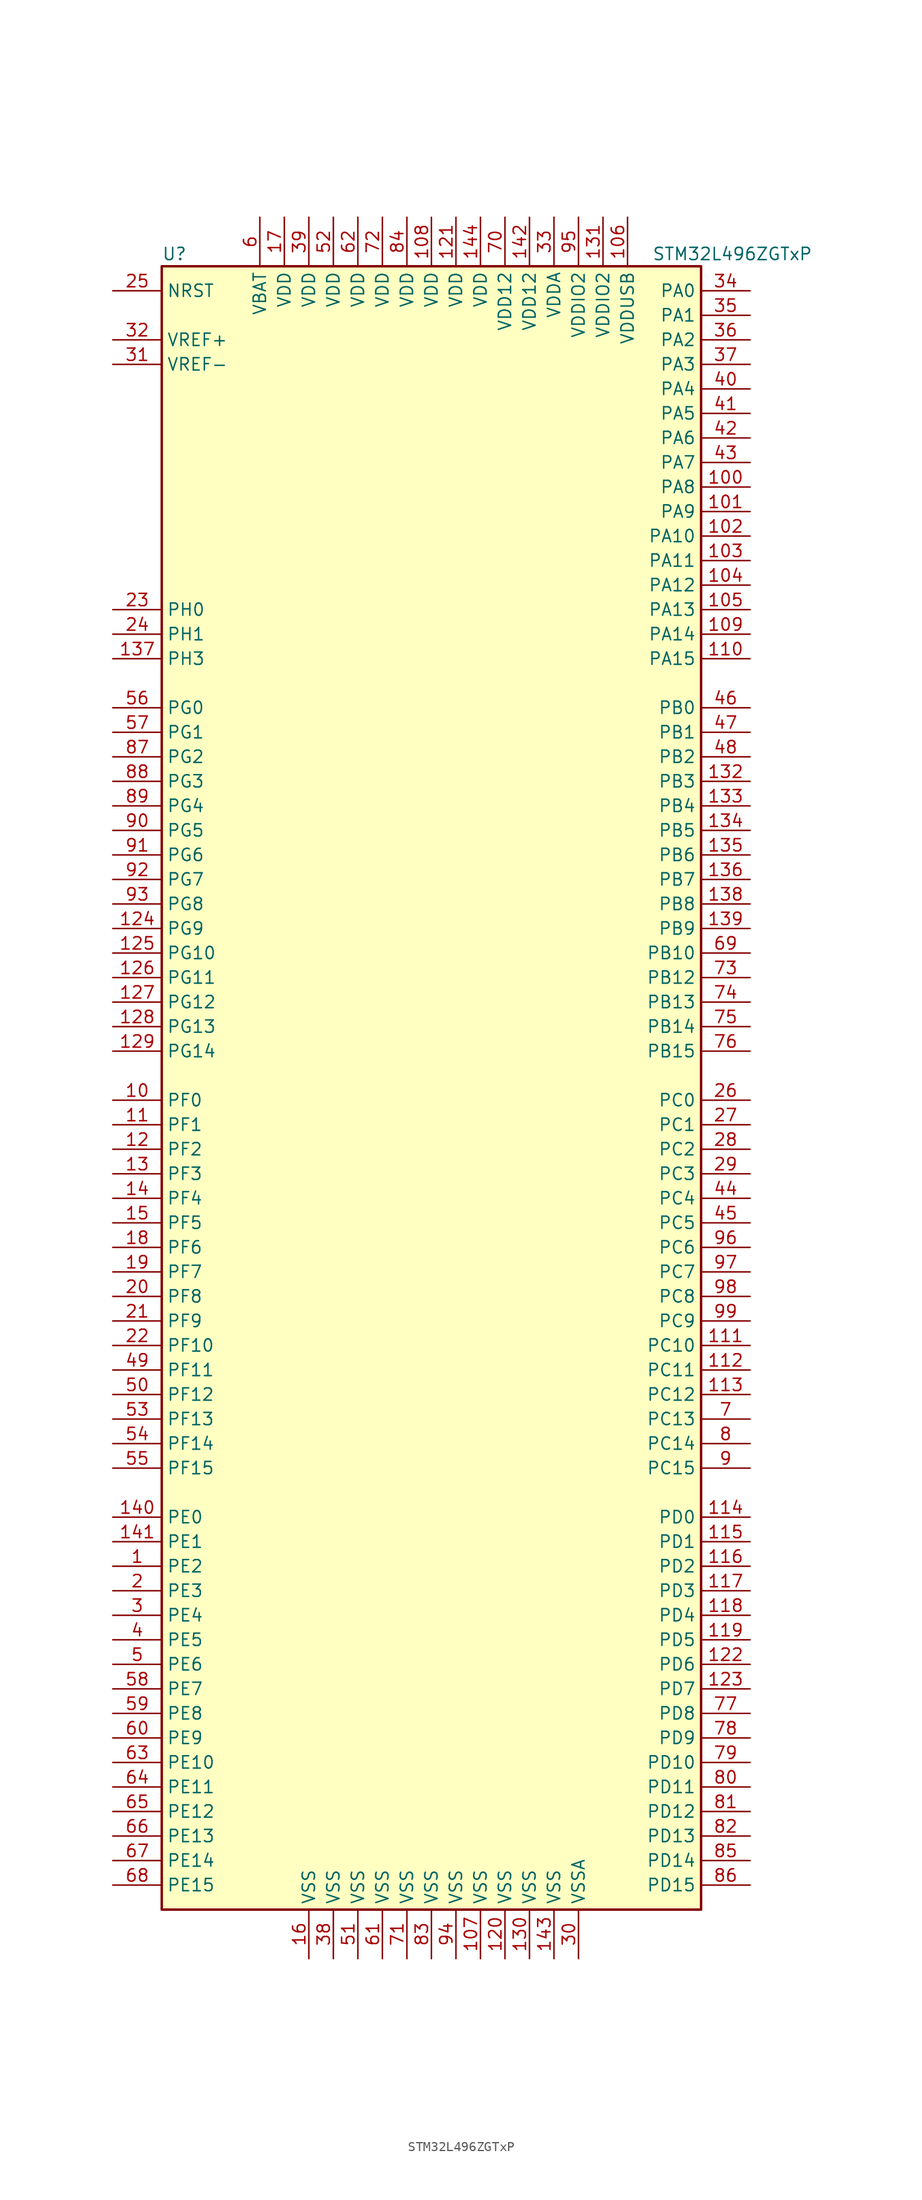
<source format=kicad_sym>
(kicad_symbol_lib
  (version 20201005)
  (generator kicad_symbol_editor)
  (symbol "STM32L496ZGTxP"
    (property "Reference" "U"
      (at -27.94 85.09 0)
      (effects (font (size 1.27 1.27)) (justify left)))
    (property "Value" "STM32L496ZGTxP"
      (at 22.86 85.09 0)
      (effects (font (size 1.27 1.27)) (justify left)))
    (symbol "STM32L496ZGTxP_0_1"
      (rectangle (start -27.94 -86.36) (end 27.94 83.82) (stroke (width 0.254)) (fill (type background))))
    (symbol "STM32L496ZGTxP_1_1"
      (pin bidirectional line (at -33.02 -50.8 0) (length 5.08) (name "PE2" (effects (font (size 1.27 1.27)))) (number "1" (effects (font (size 1.27 1.27)))))
      (pin bidirectional line (at -33.02 -2.54 0) (length 5.08) (name "PF0" (effects (font (size 1.27 1.27)))) (number "10" (effects (font (size 1.27 1.27)))))
      (pin bidirectional line (at 33.02 60.96 180) (length 5.08) (name "PA8" (effects (font (size 1.27 1.27)))) (number "100" (effects (font (size 1.27 1.27)))))
      (pin bidirectional line (at 33.02 58.42 180) (length 5.08) (name "PA9" (effects (font (size 1.27 1.27)))) (number "101" (effects (font (size 1.27 1.27)))))
      (pin bidirectional line (at 33.02 55.88 180) (length 5.08) (name "PA10" (effects (font (size 1.27 1.27)))) (number "102" (effects (font (size 1.27 1.27)))))
      (pin bidirectional line (at 33.02 53.34 180) (length 5.08) (name "PA11" (effects (font (size 1.27 1.27)))) (number "103" (effects (font (size 1.27 1.27)))))
      (pin bidirectional line (at 33.02 50.8 180) (length 5.08) (name "PA12" (effects (font (size 1.27 1.27)))) (number "104" (effects (font (size 1.27 1.27)))))
      (pin bidirectional line (at 33.02 48.26 180) (length 5.08) (name "PA13" (effects (font (size 1.27 1.27)))) (number "105" (effects (font (size 1.27 1.27)))))
      (pin power_in line (at 20.32 88.9 270) (length 5.08) (name "VDDUSB" (effects (font (size 1.27 1.27)))) (number "106" (effects (font (size 1.27 1.27)))))
      (pin power_in line (at 5.08 -91.44 90) (length 5.08) (name "VSS" (effects (font (size 1.27 1.27)))) (number "107" (effects (font (size 1.27 1.27)))))
      (pin power_in line (at 0 88.9 270) (length 5.08) (name "VDD" (effects (font (size 1.27 1.27)))) (number "108" (effects (font (size 1.27 1.27)))))
      (pin bidirectional line (at 33.02 45.72 180) (length 5.08) (name "PA14" (effects (font (size 1.27 1.27)))) (number "109" (effects (font (size 1.27 1.27)))))
      (pin bidirectional line (at -33.02 -5.08 0) (length 5.08) (name "PF1" (effects (font (size 1.27 1.27)))) (number "11" (effects (font (size 1.27 1.27)))))
      (pin bidirectional line (at 33.02 43.18 180) (length 5.08) (name "PA15" (effects (font (size 1.27 1.27)))) (number "110" (effects (font (size 1.27 1.27)))))
      (pin bidirectional line (at 33.02 -27.94 180) (length 5.08) (name "PC10" (effects (font (size 1.27 1.27)))) (number "111" (effects (font (size 1.27 1.27)))))
      (pin bidirectional line (at 33.02 -30.48 180) (length 5.08) (name "PC11" (effects (font (size 1.27 1.27)))) (number "112" (effects (font (size 1.27 1.27)))))
      (pin bidirectional line (at 33.02 -33.02 180) (length 5.08) (name "PC12" (effects (font (size 1.27 1.27)))) (number "113" (effects (font (size 1.27 1.27)))))
      (pin bidirectional line (at 33.02 -45.72 180) (length 5.08) (name "PD0" (effects (font (size 1.27 1.27)))) (number "114" (effects (font (size 1.27 1.27)))))
      (pin bidirectional line (at 33.02 -48.26 180) (length 5.08) (name "PD1" (effects (font (size 1.27 1.27)))) (number "115" (effects (font (size 1.27 1.27)))))
      (pin bidirectional line (at 33.02 -50.8 180) (length 5.08) (name "PD2" (effects (font (size 1.27 1.27)))) (number "116" (effects (font (size 1.27 1.27)))))
      (pin bidirectional line (at 33.02 -53.34 180) (length 5.08) (name "PD3" (effects (font (size 1.27 1.27)))) (number "117" (effects (font (size 1.27 1.27)))))
      (pin bidirectional line (at 33.02 -55.88 180) (length 5.08) (name "PD4" (effects (font (size 1.27 1.27)))) (number "118" (effects (font (size 1.27 1.27)))))
      (pin bidirectional line (at 33.02 -58.42 180) (length 5.08) (name "PD5" (effects (font (size 1.27 1.27)))) (number "119" (effects (font (size 1.27 1.27)))))
      (pin bidirectional line (at -33.02 -7.62 0) (length 5.08) (name "PF2" (effects (font (size 1.27 1.27)))) (number "12" (effects (font (size 1.27 1.27)))))
      (pin power_in line (at 7.62 -91.44 90) (length 5.08) (name "VSS" (effects (font (size 1.27 1.27)))) (number "120" (effects (font (size 1.27 1.27)))))
      (pin power_in line (at 2.54 88.9 270) (length 5.08) (name "VDD" (effects (font (size 1.27 1.27)))) (number "121" (effects (font (size 1.27 1.27)))))
      (pin bidirectional line (at 33.02 -60.96 180) (length 5.08) (name "PD6" (effects (font (size 1.27 1.27)))) (number "122" (effects (font (size 1.27 1.27)))))
      (pin bidirectional line (at 33.02 -63.5 180) (length 5.08) (name "PD7" (effects (font (size 1.27 1.27)))) (number "123" (effects (font (size 1.27 1.27)))))
      (pin bidirectional line (at -33.02 15.24 0) (length 5.08) (name "PG9" (effects (font (size 1.27 1.27)))) (number "124" (effects (font (size 1.27 1.27)))))
      (pin bidirectional line (at -33.02 12.7 0) (length 5.08) (name "PG10" (effects (font (size 1.27 1.27)))) (number "125" (effects (font (size 1.27 1.27)))))
      (pin bidirectional line (at -33.02 10.16 0) (length 5.08) (name "PG11" (effects (font (size 1.27 1.27)))) (number "126" (effects (font (size 1.27 1.27)))))
      (pin bidirectional line (at -33.02 7.62 0) (length 5.08) (name "PG12" (effects (font (size 1.27 1.27)))) (number "127" (effects (font (size 1.27 1.27)))))
      (pin bidirectional line (at -33.02 5.08 0) (length 5.08) (name "PG13" (effects (font (size 1.27 1.27)))) (number "128" (effects (font (size 1.27 1.27)))))
      (pin bidirectional line (at -33.02 2.54 0) (length 5.08) (name "PG14" (effects (font (size 1.27 1.27)))) (number "129" (effects (font (size 1.27 1.27)))))
      (pin bidirectional line (at -33.02 -10.16 0) (length 5.08) (name "PF3" (effects (font (size 1.27 1.27)))) (number "13" (effects (font (size 1.27 1.27)))))
      (pin power_in line (at 10.16 -91.44 90) (length 5.08) (name "VSS" (effects (font (size 1.27 1.27)))) (number "130" (effects (font (size 1.27 1.27)))))
      (pin power_in line (at 17.78 88.9 270) (length 5.08) (name "VDDIO2" (effects (font (size 1.27 1.27)))) (number "131" (effects (font (size 1.27 1.27)))))
      (pin bidirectional line (at 33.02 30.48 180) (length 5.08) (name "PB3" (effects (font (size 1.27 1.27)))) (number "132" (effects (font (size 1.27 1.27)))))
      (pin bidirectional line (at 33.02 27.94 180) (length 5.08) (name "PB4" (effects (font (size 1.27 1.27)))) (number "133" (effects (font (size 1.27 1.27)))))
      (pin bidirectional line (at 33.02 25.4 180) (length 5.08) (name "PB5" (effects (font (size 1.27 1.27)))) (number "134" (effects (font (size 1.27 1.27)))))
      (pin bidirectional line (at 33.02 22.86 180) (length 5.08) (name "PB6" (effects (font (size 1.27 1.27)))) (number "135" (effects (font (size 1.27 1.27)))))
      (pin bidirectional line (at 33.02 20.32 180) (length 5.08) (name "PB7" (effects (font (size 1.27 1.27)))) (number "136" (effects (font (size 1.27 1.27)))))
      (pin bidirectional line (at -33.02 43.18 0) (length 5.08) (name "PH3" (effects (font (size 1.27 1.27)))) (number "137" (effects (font (size 1.27 1.27)))))
      (pin bidirectional line (at 33.02 17.78 180) (length 5.08) (name "PB8" (effects (font (size 1.27 1.27)))) (number "138" (effects (font (size 1.27 1.27)))))
      (pin bidirectional line (at 33.02 15.24 180) (length 5.08) (name "PB9" (effects (font (size 1.27 1.27)))) (number "139" (effects (font (size 1.27 1.27)))))
      (pin bidirectional line (at -33.02 -12.7 0) (length 5.08) (name "PF4" (effects (font (size 1.27 1.27)))) (number "14" (effects (font (size 1.27 1.27)))))
      (pin bidirectional line (at -33.02 -45.72 0) (length 5.08) (name "PE0" (effects (font (size 1.27 1.27)))) (number "140" (effects (font (size 1.27 1.27)))))
      (pin bidirectional line (at -33.02 -48.26 0) (length 5.08) (name "PE1" (effects (font (size 1.27 1.27)))) (number "141" (effects (font (size 1.27 1.27)))))
      (pin power_in line (at 10.16 88.9 270) (length 5.08) (name "VDD12" (effects (font (size 1.27 1.27)))) (number "142" (effects (font (size 1.27 1.27)))))
      (pin power_in line (at 12.7 -91.44 90) (length 5.08) (name "VSS" (effects (font (size 1.27 1.27)))) (number "143" (effects (font (size 1.27 1.27)))))
      (pin power_in line (at 5.08 88.9 270) (length 5.08) (name "VDD" (effects (font (size 1.27 1.27)))) (number "144" (effects (font (size 1.27 1.27)))))
      (pin bidirectional line (at -33.02 -15.24 0) (length 5.08) (name "PF5" (effects (font (size 1.27 1.27)))) (number "15" (effects (font (size 1.27 1.27)))))
      (pin power_in line (at -12.7 -91.44 90) (length 5.08) (name "VSS" (effects (font (size 1.27 1.27)))) (number "16" (effects (font (size 1.27 1.27)))))
      (pin power_in line (at -15.24 88.9 270) (length 5.08) (name "VDD" (effects (font (size 1.27 1.27)))) (number "17" (effects (font (size 1.27 1.27)))))
      (pin bidirectional line (at -33.02 -17.78 0) (length 5.08) (name "PF6" (effects (font (size 1.27 1.27)))) (number "18" (effects (font (size 1.27 1.27)))))
      (pin bidirectional line (at -33.02 -20.32 0) (length 5.08) (name "PF7" (effects (font (size 1.27 1.27)))) (number "19" (effects (font (size 1.27 1.27)))))
      (pin bidirectional line (at -33.02 -53.34 0) (length 5.08) (name "PE3" (effects (font (size 1.27 1.27)))) (number "2" (effects (font (size 1.27 1.27)))))
      (pin bidirectional line (at -33.02 -22.86 0) (length 5.08) (name "PF8" (effects (font (size 1.27 1.27)))) (number "20" (effects (font (size 1.27 1.27)))))
      (pin bidirectional line (at -33.02 -25.4 0) (length 5.08) (name "PF9" (effects (font (size 1.27 1.27)))) (number "21" (effects (font (size 1.27 1.27)))))
      (pin bidirectional line (at -33.02 -27.94 0) (length 5.08) (name "PF10" (effects (font (size 1.27 1.27)))) (number "22" (effects (font (size 1.27 1.27)))))
      (pin input line (at -33.02 48.26 0) (length 5.08) (name "PH0" (effects (font (size 1.27 1.27)))) (number "23" (effects (font (size 1.27 1.27)))))
      (pin input line (at -33.02 45.72 0) (length 5.08) (name "PH1" (effects (font (size 1.27 1.27)))) (number "24" (effects (font (size 1.27 1.27)))))
      (pin input line (at -33.02 81.28 0) (length 5.08) (name "NRST" (effects (font (size 1.27 1.27)))) (number "25" (effects (font (size 1.27 1.27)))))
      (pin bidirectional line (at 33.02 -2.54 180) (length 5.08) (name "PC0" (effects (font (size 1.27 1.27)))) (number "26" (effects (font (size 1.27 1.27)))))
      (pin bidirectional line (at 33.02 -5.08 180) (length 5.08) (name "PC1" (effects (font (size 1.27 1.27)))) (number "27" (effects (font (size 1.27 1.27)))))
      (pin bidirectional line (at 33.02 -7.62 180) (length 5.08) (name "PC2" (effects (font (size 1.27 1.27)))) (number "28" (effects (font (size 1.27 1.27)))))
      (pin bidirectional line (at 33.02 -10.16 180) (length 5.08) (name "PC3" (effects (font (size 1.27 1.27)))) (number "29" (effects (font (size 1.27 1.27)))))
      (pin bidirectional line (at -33.02 -55.88 0) (length 5.08) (name "PE4" (effects (font (size 1.27 1.27)))) (number "3" (effects (font (size 1.27 1.27)))))
      (pin power_in line (at 15.24 -91.44 90) (length 5.08) (name "VSSA" (effects (font (size 1.27 1.27)))) (number "30" (effects (font (size 1.27 1.27)))))
      (pin power_in line (at -33.02 73.66 0) (length 5.08) (name "VREF-" (effects (font (size 1.27 1.27)))) (number "31" (effects (font (size 1.27 1.27)))))
      (pin bidirectional line (at -33.02 76.2 0) (length 5.08) (name "VREF+" (effects (font (size 1.27 1.27)))) (number "32" (effects (font (size 1.27 1.27)))))
      (pin power_in line (at 12.7 88.9 270) (length 5.08) (name "VDDA" (effects (font (size 1.27 1.27)))) (number "33" (effects (font (size 1.27 1.27)))))
      (pin bidirectional line (at 33.02 81.28 180) (length 5.08) (name "PA0" (effects (font (size 1.27 1.27)))) (number "34" (effects (font (size 1.27 1.27)))))
      (pin bidirectional line (at 33.02 78.74 180) (length 5.08) (name "PA1" (effects (font (size 1.27 1.27)))) (number "35" (effects (font (size 1.27 1.27)))))
      (pin bidirectional line (at 33.02 76.2 180) (length 5.08) (name "PA2" (effects (font (size 1.27 1.27)))) (number "36" (effects (font (size 1.27 1.27)))))
      (pin bidirectional line (at 33.02 73.66 180) (length 5.08) (name "PA3" (effects (font (size 1.27 1.27)))) (number "37" (effects (font (size 1.27 1.27)))))
      (pin power_in line (at -10.16 -91.44 90) (length 5.08) (name "VSS" (effects (font (size 1.27 1.27)))) (number "38" (effects (font (size 1.27 1.27)))))
      (pin power_in line (at -12.7 88.9 270) (length 5.08) (name "VDD" (effects (font (size 1.27 1.27)))) (number "39" (effects (font (size 1.27 1.27)))))
      (pin bidirectional line (at -33.02 -58.42 0) (length 5.08) (name "PE5" (effects (font (size 1.27 1.27)))) (number "4" (effects (font (size 1.27 1.27)))))
      (pin bidirectional line (at 33.02 71.12 180) (length 5.08) (name "PA4" (effects (font (size 1.27 1.27)))) (number "40" (effects (font (size 1.27 1.27)))))
      (pin bidirectional line (at 33.02 68.58 180) (length 5.08) (name "PA5" (effects (font (size 1.27 1.27)))) (number "41" (effects (font (size 1.27 1.27)))))
      (pin bidirectional line (at 33.02 66.04 180) (length 5.08) (name "PA6" (effects (font (size 1.27 1.27)))) (number "42" (effects (font (size 1.27 1.27)))))
      (pin bidirectional line (at 33.02 63.5 180) (length 5.08) (name "PA7" (effects (font (size 1.27 1.27)))) (number "43" (effects (font (size 1.27 1.27)))))
      (pin bidirectional line (at 33.02 -12.7 180) (length 5.08) (name "PC4" (effects (font (size 1.27 1.27)))) (number "44" (effects (font (size 1.27 1.27)))))
      (pin bidirectional line (at 33.02 -15.24 180) (length 5.08) (name "PC5" (effects (font (size 1.27 1.27)))) (number "45" (effects (font (size 1.27 1.27)))))
      (pin bidirectional line (at 33.02 38.1 180) (length 5.08) (name "PB0" (effects (font (size 1.27 1.27)))) (number "46" (effects (font (size 1.27 1.27)))))
      (pin bidirectional line (at 33.02 35.56 180) (length 5.08) (name "PB1" (effects (font (size 1.27 1.27)))) (number "47" (effects (font (size 1.27 1.27)))))
      (pin bidirectional line (at 33.02 33.02 180) (length 5.08) (name "PB2" (effects (font (size 1.27 1.27)))) (number "48" (effects (font (size 1.27 1.27)))))
      (pin bidirectional line (at -33.02 -30.48 0) (length 5.08) (name "PF11" (effects (font (size 1.27 1.27)))) (number "49" (effects (font (size 1.27 1.27)))))
      (pin bidirectional line (at -33.02 -60.96 0) (length 5.08) (name "PE6" (effects (font (size 1.27 1.27)))) (number "5" (effects (font (size 1.27 1.27)))))
      (pin bidirectional line (at -33.02 -33.02 0) (length 5.08) (name "PF12" (effects (font (size 1.27 1.27)))) (number "50" (effects (font (size 1.27 1.27)))))
      (pin power_in line (at -7.62 -91.44 90) (length 5.08) (name "VSS" (effects (font (size 1.27 1.27)))) (number "51" (effects (font (size 1.27 1.27)))))
      (pin power_in line (at -10.16 88.9 270) (length 5.08) (name "VDD" (effects (font (size 1.27 1.27)))) (number "52" (effects (font (size 1.27 1.27)))))
      (pin bidirectional line (at -33.02 -35.56 0) (length 5.08) (name "PF13" (effects (font (size 1.27 1.27)))) (number "53" (effects (font (size 1.27 1.27)))))
      (pin bidirectional line (at -33.02 -38.1 0) (length 5.08) (name "PF14" (effects (font (size 1.27 1.27)))) (number "54" (effects (font (size 1.27 1.27)))))
      (pin bidirectional line (at -33.02 -40.64 0) (length 5.08) (name "PF15" (effects (font (size 1.27 1.27)))) (number "55" (effects (font (size 1.27 1.27)))))
      (pin bidirectional line (at -33.02 38.1 0) (length 5.08) (name "PG0" (effects (font (size 1.27 1.27)))) (number "56" (effects (font (size 1.27 1.27)))))
      (pin bidirectional line (at -33.02 35.56 0) (length 5.08) (name "PG1" (effects (font (size 1.27 1.27)))) (number "57" (effects (font (size 1.27 1.27)))))
      (pin bidirectional line (at -33.02 -63.5 0) (length 5.08) (name "PE7" (effects (font (size 1.27 1.27)))) (number "58" (effects (font (size 1.27 1.27)))))
      (pin bidirectional line (at -33.02 -66.04 0) (length 5.08) (name "PE8" (effects (font (size 1.27 1.27)))) (number "59" (effects (font (size 1.27 1.27)))))
      (pin power_in line (at -17.78 88.9 270) (length 5.08) (name "VBAT" (effects (font (size 1.27 1.27)))) (number "6" (effects (font (size 1.27 1.27)))))
      (pin bidirectional line (at -33.02 -68.58 0) (length 5.08) (name "PE9" (effects (font (size 1.27 1.27)))) (number "60" (effects (font (size 1.27 1.27)))))
      (pin power_in line (at -5.08 -91.44 90) (length 5.08) (name "VSS" (effects (font (size 1.27 1.27)))) (number "61" (effects (font (size 1.27 1.27)))))
      (pin power_in line (at -7.62 88.9 270) (length 5.08) (name "VDD" (effects (font (size 1.27 1.27)))) (number "62" (effects (font (size 1.27 1.27)))))
      (pin bidirectional line (at -33.02 -71.12 0) (length 5.08) (name "PE10" (effects (font (size 1.27 1.27)))) (number "63" (effects (font (size 1.27 1.27)))))
      (pin bidirectional line (at -33.02 -73.66 0) (length 5.08) (name "PE11" (effects (font (size 1.27 1.27)))) (number "64" (effects (font (size 1.27 1.27)))))
      (pin bidirectional line (at -33.02 -76.2 0) (length 5.08) (name "PE12" (effects (font (size 1.27 1.27)))) (number "65" (effects (font (size 1.27 1.27)))))
      (pin bidirectional line (at -33.02 -78.74 0) (length 5.08) (name "PE13" (effects (font (size 1.27 1.27)))) (number "66" (effects (font (size 1.27 1.27)))))
      (pin bidirectional line (at -33.02 -81.28 0) (length 5.08) (name "PE14" (effects (font (size 1.27 1.27)))) (number "67" (effects (font (size 1.27 1.27)))))
      (pin bidirectional line (at -33.02 -83.82 0) (length 5.08) (name "PE15" (effects (font (size 1.27 1.27)))) (number "68" (effects (font (size 1.27 1.27)))))
      (pin bidirectional line (at 33.02 12.7 180) (length 5.08) (name "PB10" (effects (font (size 1.27 1.27)))) (number "69" (effects (font (size 1.27 1.27)))))
      (pin bidirectional line (at 33.02 -35.56 180) (length 5.08) (name "PC13" (effects (font (size 1.27 1.27)))) (number "7" (effects (font (size 1.27 1.27)))))
      (pin power_in line (at 7.62 88.9 270) (length 5.08) (name "VDD12" (effects (font (size 1.27 1.27)))) (number "70" (effects (font (size 1.27 1.27)))))
      (pin power_in line (at -2.54 -91.44 90) (length 5.08) (name "VSS" (effects (font (size 1.27 1.27)))) (number "71" (effects (font (size 1.27 1.27)))))
      (pin power_in line (at -5.08 88.9 270) (length 5.08) (name "VDD" (effects (font (size 1.27 1.27)))) (number "72" (effects (font (size 1.27 1.27)))))
      (pin bidirectional line (at 33.02 10.16 180) (length 5.08) (name "PB12" (effects (font (size 1.27 1.27)))) (number "73" (effects (font (size 1.27 1.27)))))
      (pin bidirectional line (at 33.02 7.62 180) (length 5.08) (name "PB13" (effects (font (size 1.27 1.27)))) (number "74" (effects (font (size 1.27 1.27)))))
      (pin bidirectional line (at 33.02 5.08 180) (length 5.08) (name "PB14" (effects (font (size 1.27 1.27)))) (number "75" (effects (font (size 1.27 1.27)))))
      (pin bidirectional line (at 33.02 2.54 180) (length 5.08) (name "PB15" (effects (font (size 1.27 1.27)))) (number "76" (effects (font (size 1.27 1.27)))))
      (pin bidirectional line (at 33.02 -66.04 180) (length 5.08) (name "PD8" (effects (font (size 1.27 1.27)))) (number "77" (effects (font (size 1.27 1.27)))))
      (pin bidirectional line (at 33.02 -68.58 180) (length 5.08) (name "PD9" (effects (font (size 1.27 1.27)))) (number "78" (effects (font (size 1.27 1.27)))))
      (pin bidirectional line (at 33.02 -71.12 180) (length 5.08) (name "PD10" (effects (font (size 1.27 1.27)))) (number "79" (effects (font (size 1.27 1.27)))))
      (pin bidirectional line (at 33.02 -38.1 180) (length 5.08) (name "PC14" (effects (font (size 1.27 1.27)))) (number "8" (effects (font (size 1.27 1.27)))))
      (pin bidirectional line (at 33.02 -73.66 180) (length 5.08) (name "PD11" (effects (font (size 1.27 1.27)))) (number "80" (effects (font (size 1.27 1.27)))))
      (pin bidirectional line (at 33.02 -76.2 180) (length 5.08) (name "PD12" (effects (font (size 1.27 1.27)))) (number "81" (effects (font (size 1.27 1.27)))))
      (pin bidirectional line (at 33.02 -78.74 180) (length 5.08) (name "PD13" (effects (font (size 1.27 1.27)))) (number "82" (effects (font (size 1.27 1.27)))))
      (pin power_in line (at 0 -91.44 90) (length 5.08) (name "VSS" (effects (font (size 1.27 1.27)))) (number "83" (effects (font (size 1.27 1.27)))))
      (pin power_in line (at -2.54 88.9 270) (length 5.08) (name "VDD" (effects (font (size 1.27 1.27)))) (number "84" (effects (font (size 1.27 1.27)))))
      (pin bidirectional line (at 33.02 -81.28 180) (length 5.08) (name "PD14" (effects (font (size 1.27 1.27)))) (number "85" (effects (font (size 1.27 1.27)))))
      (pin bidirectional line (at 33.02 -83.82 180) (length 5.08) (name "PD15" (effects (font (size 1.27 1.27)))) (number "86" (effects (font (size 1.27 1.27)))))
      (pin bidirectional line (at -33.02 33.02 0) (length 5.08) (name "PG2" (effects (font (size 1.27 1.27)))) (number "87" (effects (font (size 1.27 1.27)))))
      (pin bidirectional line (at -33.02 30.48 0) (length 5.08) (name "PG3" (effects (font (size 1.27 1.27)))) (number "88" (effects (font (size 1.27 1.27)))))
      (pin bidirectional line (at -33.02 27.94 0) (length 5.08) (name "PG4" (effects (font (size 1.27 1.27)))) (number "89" (effects (font (size 1.27 1.27)))))
      (pin bidirectional line (at 33.02 -40.64 180) (length 5.08) (name "PC15" (effects (font (size 1.27 1.27)))) (number "9" (effects (font (size 1.27 1.27)))))
      (pin bidirectional line (at -33.02 25.4 0) (length 5.08) (name "PG5" (effects (font (size 1.27 1.27)))) (number "90" (effects (font (size 1.27 1.27)))))
      (pin bidirectional line (at -33.02 22.86 0) (length 5.08) (name "PG6" (effects (font (size 1.27 1.27)))) (number "91" (effects (font (size 1.27 1.27)))))
      (pin bidirectional line (at -33.02 20.32 0) (length 5.08) (name "PG7" (effects (font (size 1.27 1.27)))) (number "92" (effects (font (size 1.27 1.27)))))
      (pin bidirectional line (at -33.02 17.78 0) (length 5.08) (name "PG8" (effects (font (size 1.27 1.27)))) (number "93" (effects (font (size 1.27 1.27)))))
      (pin power_in line (at 2.54 -91.44 90) (length 5.08) (name "VSS" (effects (font (size 1.27 1.27)))) (number "94" (effects (font (size 1.27 1.27)))))
      (pin power_in line (at 15.24 88.9 270) (length 5.08) (name "VDDIO2" (effects (font (size 1.27 1.27)))) (number "95" (effects (font (size 1.27 1.27)))))
      (pin bidirectional line (at 33.02 -17.78 180) (length 5.08) (name "PC6" (effects (font (size 1.27 1.27)))) (number "96" (effects (font (size 1.27 1.27)))))
      (pin bidirectional line (at 33.02 -20.32 180) (length 5.08) (name "PC7" (effects (font (size 1.27 1.27)))) (number "97" (effects (font (size 1.27 1.27)))))
      (pin bidirectional line (at 33.02 -22.86 180) (length 5.08) (name "PC8" (effects (font (size 1.27 1.27)))) (number "98" (effects (font (size 1.27 1.27)))))
      (pin bidirectional line (at 33.02 -25.4 180) (length 5.08) (name "PC9" (effects (font (size 1.27 1.27)))) (number "99" (effects (font (size 1.27 1.27))))))))
</source>
